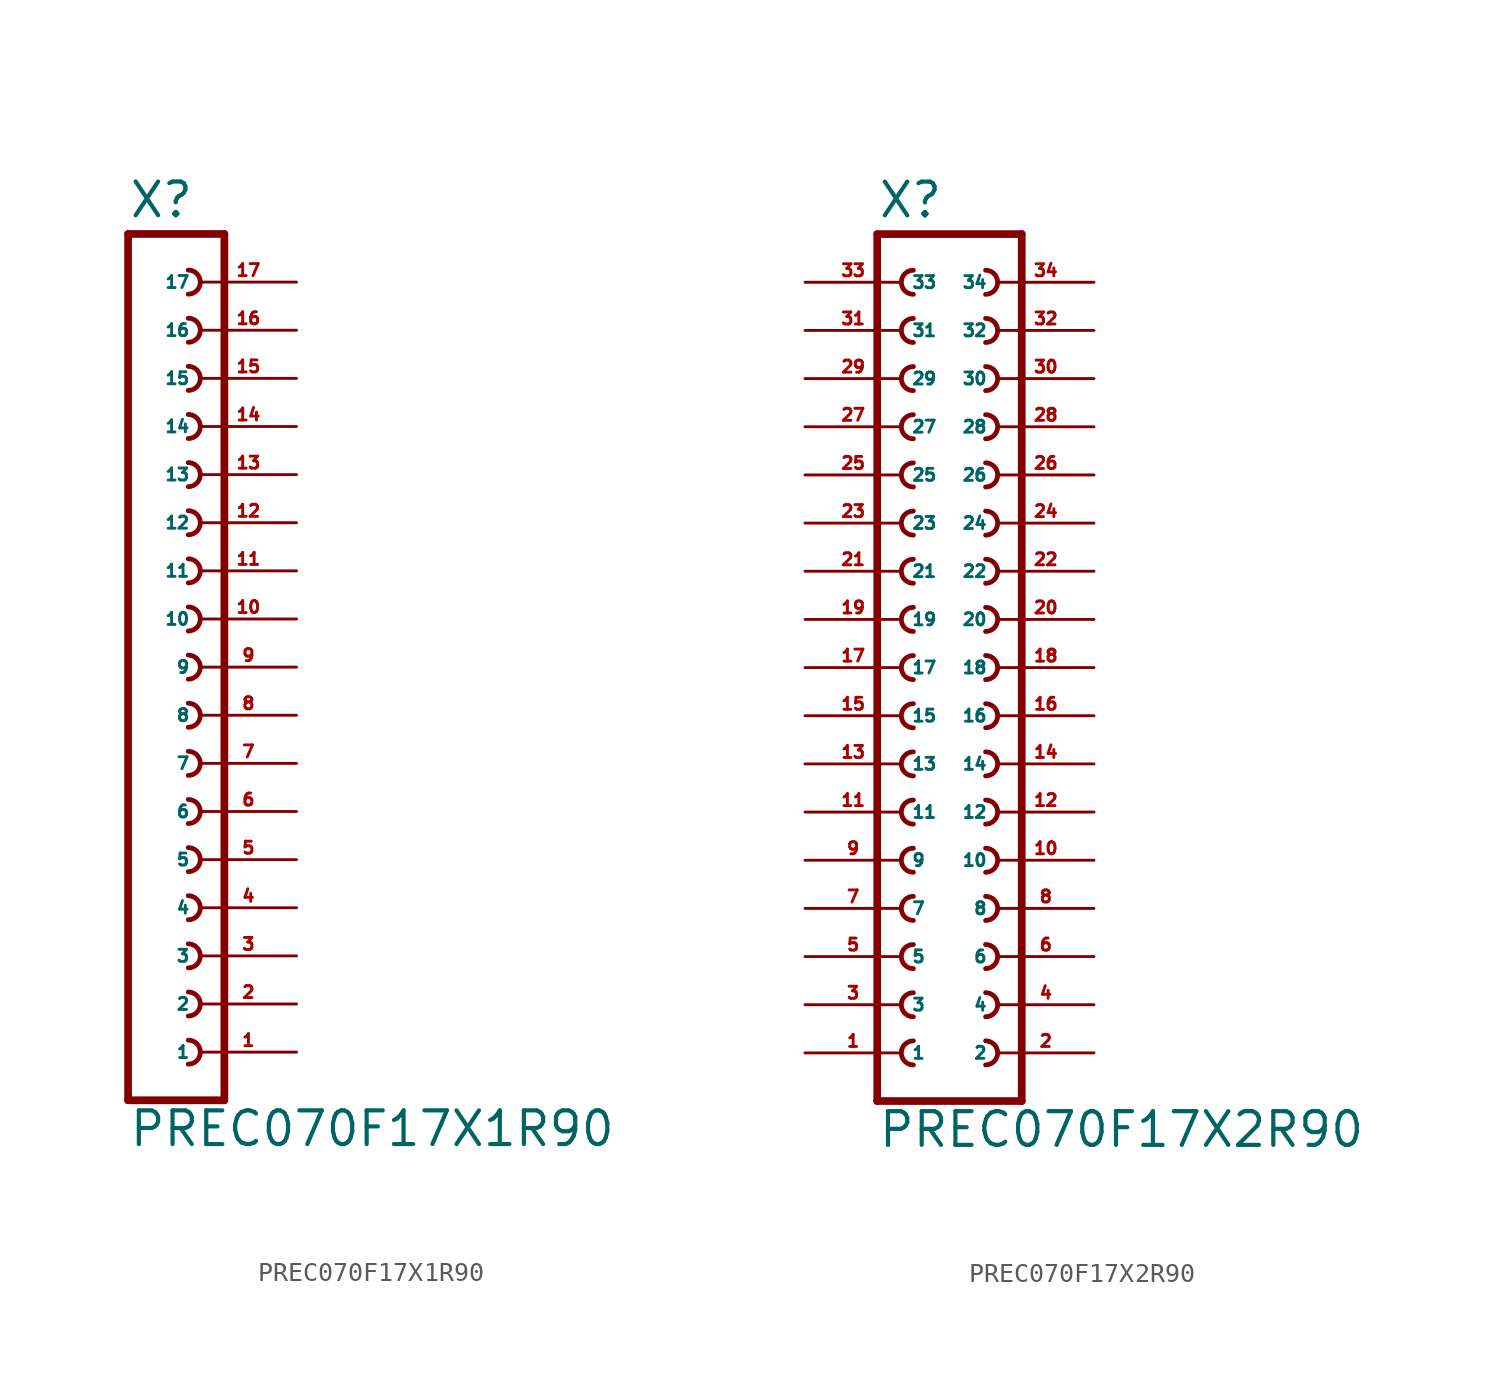
<source format=kicad_sym>
(kicad_symbol_lib
  (version 20220914)
  (generator Eagle2Kicad)
  (symbol "PREC070F17X1R90"
    (property "Reference" "X"
      (at -1.27 23.622 0)
      (effects (font (size 1.778 1.778) (thickness 0.22)) (justify left bottom)))
    (property "Value" "PREC070F17X1R90"
      (at -1.27 -25.4 0)
      (effects (font (size 1.778 1.778) (thickness 0.22)) (justify left bottom)))
    (polyline
      (pts (xy 3.81 -22.86) (xy -1.27 -22.86))
      (stroke (width 0.406) (type default))
      (fill (type none)))
    (arc
      (start 1.905 -13.335)
      (mid 2.540 -12.700)
      (end 1.905 -12.065)
      (stroke (width 0.254) (type default))
      (fill (type none)))
    (arc
      (start 1.905 -15.875)
      (mid 2.540 -15.240)
      (end 1.905 -14.605)
      (stroke (width 0.254) (type default))
      (fill (type none)))
    (arc
      (start 1.905 -18.415)
      (mid 2.540 -17.780)
      (end 1.905 -17.145)
      (stroke (width 0.254) (type default))
      (fill (type none)))
    (arc
      (start 1.905 -8.255)
      (mid 2.540 -7.620)
      (end 1.905 -6.985)
      (stroke (width 0.254) (type default))
      (fill (type none)))
    (arc
      (start 1.905 -10.795)
      (mid 2.540 -10.160)
      (end 1.905 -9.525)
      (stroke (width 0.254) (type default))
      (fill (type none)))
    (arc
      (start 1.905 -0.635)
      (mid 2.540 0.000)
      (end 1.905 0.635)
      (stroke (width 0.254) (type default))
      (fill (type none)))
    (arc
      (start 1.905 -3.175)
      (mid 2.540 -2.540)
      (end 1.905 -1.905)
      (stroke (width 0.254) (type default))
      (fill (type none)))
    (arc
      (start 1.905 -5.715)
      (mid 2.540 -5.080)
      (end 1.905 -4.445)
      (stroke (width 0.254) (type default))
      (fill (type none)))
    (arc
      (start 1.905 4.445)
      (mid 2.540 5.080)
      (end 1.905 5.715)
      (stroke (width 0.254) (type default))
      (fill (type none)))
    (arc
      (start 1.905 1.905)
      (mid 2.540 2.540)
      (end 1.905 3.175)
      (stroke (width 0.254) (type default))
      (fill (type none)))
    (arc
      (start 1.905 12.065)
      (mid 2.540 12.700)
      (end 1.905 13.335)
      (stroke (width 0.254) (type default))
      (fill (type none)))
    (arc
      (start 1.905 9.525)
      (mid 2.540 10.160)
      (end 1.905 10.795)
      (stroke (width 0.254) (type default))
      (fill (type none)))
    (arc
      (start 1.905 6.985)
      (mid 2.540 7.620)
      (end 1.905 8.255)
      (stroke (width 0.254) (type default))
      (fill (type none)))
    (arc
      (start 1.905 17.145)
      (mid 2.540 17.780)
      (end 1.905 18.415)
      (stroke (width 0.254) (type default))
      (fill (type none)))
    (arc
      (start 1.905 14.605)
      (mid 2.540 15.240)
      (end 1.905 15.875)
      (stroke (width 0.254) (type default))
      (fill (type none)))
    (polyline
      (pts (xy -1.27 22.86) (xy -1.27 -22.86))
      (stroke (width 0.406) (type default))
      (fill (type none)))
    (polyline
      (pts (xy 3.81 -22.86) (xy 3.81 22.86))
      (stroke (width 0.406) (type default))
      (fill (type none)))
    (polyline
      (pts (xy -1.27 22.86) (xy 3.81 22.86))
      (stroke (width 0.406) (type default))
      (fill (type none)))
    (arc
      (start 1.905 19.685)
      (mid 2.540 20.320)
      (end 1.905 20.955)
      (stroke (width 0.254) (type default))
      (fill (type none)))
    (arc
      (start 1.905 -20.955)
      (mid 2.540 -20.320)
      (end 1.905 -19.685)
      (stroke (width 0.254) (type default))
      (fill (type none)))
    (pin passive line
      (at 7.62 -20.32 180)
      (length 5.08)
      (name "1" (effects (font (size 0.635 0.635) (thickness 0.08)) (justify left bottom)))
      (number "1" (effects (font (size 0.635 0.635) (thickness 0.08)) (justify left bottom))))
    (pin passive line
      (at 7.62 -17.78 180)
      (length 5.08)
      (name "2" (effects (font (size 0.635 0.635) (thickness 0.08)) (justify left bottom)))
      (number "2" (effects (font (size 0.635 0.635) (thickness 0.08)) (justify left bottom))))
    (pin passive line
      (at 7.62 -15.24 180)
      (length 5.08)
      (name "3" (effects (font (size 0.635 0.635) (thickness 0.08)) (justify left bottom)))
      (number "3" (effects (font (size 0.635 0.635) (thickness 0.08)) (justify left bottom))))
    (pin passive line
      (at 7.62 -12.7 180)
      (length 5.08)
      (name "4" (effects (font (size 0.635 0.635) (thickness 0.08)) (justify left bottom)))
      (number "4" (effects (font (size 0.635 0.635) (thickness 0.08)) (justify left bottom))))
    (pin passive line
      (at 7.62 -10.16 180)
      (length 5.08)
      (name "5" (effects (font (size 0.635 0.635) (thickness 0.08)) (justify left bottom)))
      (number "5" (effects (font (size 0.635 0.635) (thickness 0.08)) (justify left bottom))))
    (pin passive line
      (at 7.62 -7.62 180)
      (length 5.08)
      (name "6" (effects (font (size 0.635 0.635) (thickness 0.08)) (justify left bottom)))
      (number "6" (effects (font (size 0.635 0.635) (thickness 0.08)) (justify left bottom))))
    (pin passive line
      (at 7.62 -5.08 180)
      (length 5.08)
      (name "7" (effects (font (size 0.635 0.635) (thickness 0.08)) (justify left bottom)))
      (number "7" (effects (font (size 0.635 0.635) (thickness 0.08)) (justify left bottom))))
    (pin passive line
      (at 7.62 -2.54 180)
      (length 5.08)
      (name "8" (effects (font (size 0.635 0.635) (thickness 0.08)) (justify left bottom)))
      (number "8" (effects (font (size 0.635 0.635) (thickness 0.08)) (justify left bottom))))
    (pin passive line
      (at 7.62 0 180)
      (length 5.08)
      (name "9" (effects (font (size 0.635 0.635) (thickness 0.08)) (justify left bottom)))
      (number "9" (effects (font (size 0.635 0.635) (thickness 0.08)) (justify left bottom))))
    (pin passive line
      (at 7.62 2.54 180)
      (length 5.08)
      (name "10" (effects (font (size 0.635 0.635) (thickness 0.08)) (justify left bottom)))
      (number "10" (effects (font (size 0.635 0.635) (thickness 0.08)) (justify left bottom))))
    (pin passive line
      (at 7.62 5.08 180)
      (length 5.08)
      (name "11" (effects (font (size 0.635 0.635) (thickness 0.08)) (justify left bottom)))
      (number "11" (effects (font (size 0.635 0.635) (thickness 0.08)) (justify left bottom))))
    (pin passive line
      (at 7.62 7.62 180)
      (length 5.08)
      (name "12" (effects (font (size 0.635 0.635) (thickness 0.08)) (justify left bottom)))
      (number "12" (effects (font (size 0.635 0.635) (thickness 0.08)) (justify left bottom))))
    (pin passive line
      (at 7.62 10.16 180)
      (length 5.08)
      (name "13" (effects (font (size 0.635 0.635) (thickness 0.08)) (justify left bottom)))
      (number "13" (effects (font (size 0.635 0.635) (thickness 0.08)) (justify left bottom))))
    (pin passive line
      (at 7.62 12.7 180)
      (length 5.08)
      (name "14" (effects (font (size 0.635 0.635) (thickness 0.08)) (justify left bottom)))
      (number "14" (effects (font (size 0.635 0.635) (thickness 0.08)) (justify left bottom))))
    (pin passive line
      (at 7.62 15.24 180)
      (length 5.08)
      (name "15" (effects (font (size 0.635 0.635) (thickness 0.08)) (justify left bottom)))
      (number "15" (effects (font (size 0.635 0.635) (thickness 0.08)) (justify left bottom))))
    (pin passive line
      (at 7.62 17.78 180)
      (length 5.08)
      (name "16" (effects (font (size 0.635 0.635) (thickness 0.08)) (justify left bottom)))
      (number "16" (effects (font (size 0.635 0.635) (thickness 0.08)) (justify left bottom))))
    (pin passive line
      (at 7.62 20.32 180)
      (length 5.08)
      (name "17" (effects (font (size 0.635 0.635) (thickness 0.08)) (justify left bottom)))
      (number "17" (effects (font (size 0.635 0.635) (thickness 0.08)) (justify left bottom)))))
  (symbol "PREC070F17X2R90"
    (property "Reference" "X"
      (at -3.81 23.622 0)
      (effects (font (size 1.778 1.778) (thickness 0.22)) (justify left bottom)))
    (property "Value" "PREC070F17X2R90"
      (at -3.81 -25.4 0)
      (effects (font (size 1.778 1.778) (thickness 0.22)) (justify left bottom)))
    (polyline
      (pts (xy 3.81 -22.86) (xy -3.81 -22.86))
      (stroke (width 0.406) (type default))
      (fill (type none)))
    (arc
      (start -1.905 -14.605)
      (mid -2.540 -15.240)
      (end -1.905 -15.875)
      (stroke (width 0.254) (type default))
      (fill (type none)))
    (arc
      (start -1.905 -17.145)
      (mid -2.540 -17.780)
      (end -1.905 -18.415)
      (stroke (width 0.254) (type default))
      (fill (type none)))
    (arc
      (start -1.905 -19.685)
      (mid -2.540 -20.320)
      (end -1.905 -20.955)
      (stroke (width 0.254) (type default))
      (fill (type none)))
    (arc
      (start 1.905 -15.875)
      (mid 2.540 -15.240)
      (end 1.905 -14.605)
      (stroke (width 0.254) (type default))
      (fill (type none)))
    (arc
      (start 1.905 -18.415)
      (mid 2.540 -17.780)
      (end 1.905 -17.145)
      (stroke (width 0.254) (type default))
      (fill (type none)))
    (arc
      (start 1.905 -20.955)
      (mid 2.540 -20.320)
      (end 1.905 -19.685)
      (stroke (width 0.254) (type default))
      (fill (type none)))
    (arc
      (start -1.905 -9.525)
      (mid -2.540 -10.160)
      (end -1.905 -10.795)
      (stroke (width 0.254) (type default))
      (fill (type none)))
    (arc
      (start -1.905 -12.065)
      (mid -2.540 -12.700)
      (end -1.905 -13.335)
      (stroke (width 0.254) (type default))
      (fill (type none)))
    (arc
      (start 1.905 -10.795)
      (mid 2.540 -10.160)
      (end 1.905 -9.525)
      (stroke (width 0.254) (type default))
      (fill (type none)))
    (arc
      (start 1.905 -13.335)
      (mid 2.540 -12.700)
      (end 1.905 -12.065)
      (stroke (width 0.254) (type default))
      (fill (type none)))
    (arc
      (start -1.905 -1.905)
      (mid -2.540 -2.540)
      (end -1.905 -3.175)
      (stroke (width 0.254) (type default))
      (fill (type none)))
    (arc
      (start -1.905 -4.445)
      (mid -2.540 -5.080)
      (end -1.905 -5.715)
      (stroke (width 0.254) (type default))
      (fill (type none)))
    (arc
      (start -1.905 -6.985)
      (mid -2.540 -7.620)
      (end -1.905 -8.255)
      (stroke (width 0.254) (type default))
      (fill (type none)))
    (arc
      (start 1.905 -3.175)
      (mid 2.540 -2.540)
      (end 1.905 -1.905)
      (stroke (width 0.254) (type default))
      (fill (type none)))
    (arc
      (start 1.905 -5.715)
      (mid 2.540 -5.080)
      (end 1.905 -4.445)
      (stroke (width 0.254) (type default))
      (fill (type none)))
    (arc
      (start 1.905 -8.255)
      (mid 2.540 -7.620)
      (end 1.905 -6.985)
      (stroke (width 0.254) (type default))
      (fill (type none)))
    (arc
      (start -1.905 3.175)
      (mid -2.540 2.540)
      (end -1.905 1.905)
      (stroke (width 0.254) (type default))
      (fill (type none)))
    (arc
      (start -1.905 0.635)
      (mid -2.540 0.000)
      (end -1.905 -0.635)
      (stroke (width 0.254) (type default))
      (fill (type none)))
    (arc
      (start 1.905 1.905)
      (mid 2.540 2.540)
      (end 1.905 3.175)
      (stroke (width 0.254) (type default))
      (fill (type none)))
    (arc
      (start 1.905 -0.635)
      (mid 2.540 0.000)
      (end 1.905 0.635)
      (stroke (width 0.254) (type default))
      (fill (type none)))
    (arc
      (start -1.905 10.795)
      (mid -2.540 10.160)
      (end -1.905 9.525)
      (stroke (width 0.254) (type default))
      (fill (type none)))
    (arc
      (start -1.905 8.255)
      (mid -2.540 7.620)
      (end -1.905 6.985)
      (stroke (width 0.254) (type default))
      (fill (type none)))
    (arc
      (start -1.905 5.715)
      (mid -2.540 5.080)
      (end -1.905 4.445)
      (stroke (width 0.254) (type default))
      (fill (type none)))
    (arc
      (start 1.905 9.525)
      (mid 2.540 10.160)
      (end 1.905 10.795)
      (stroke (width 0.254) (type default))
      (fill (type none)))
    (arc
      (start 1.905 6.985)
      (mid 2.540 7.620)
      (end 1.905 8.255)
      (stroke (width 0.254) (type default))
      (fill (type none)))
    (arc
      (start 1.905 4.445)
      (mid 2.540 5.080)
      (end 1.905 5.715)
      (stroke (width 0.254) (type default))
      (fill (type none)))
    (arc
      (start -1.905 15.875)
      (mid -2.540 15.240)
      (end -1.905 14.605)
      (stroke (width 0.254) (type default))
      (fill (type none)))
    (arc
      (start -1.905 13.335)
      (mid -2.540 12.700)
      (end -1.905 12.065)
      (stroke (width 0.254) (type default))
      (fill (type none)))
    (arc
      (start 1.905 14.605)
      (mid 2.540 15.240)
      (end 1.905 15.875)
      (stroke (width 0.254) (type default))
      (fill (type none)))
    (arc
      (start 1.905 12.065)
      (mid 2.540 12.700)
      (end 1.905 13.335)
      (stroke (width 0.254) (type default))
      (fill (type none)))
    (arc
      (start -1.905 20.955)
      (mid -2.540 20.320)
      (end -1.905 19.685)
      (stroke (width 0.254) (type default))
      (fill (type none)))
    (arc
      (start -1.905 18.415)
      (mid -2.540 17.780)
      (end -1.905 17.145)
      (stroke (width 0.254) (type default))
      (fill (type none)))
    (arc
      (start 1.905 19.685)
      (mid 2.540 20.320)
      (end 1.905 20.955)
      (stroke (width 0.254) (type default))
      (fill (type none)))
    (arc
      (start 1.905 17.145)
      (mid 2.540 17.780)
      (end 1.905 18.415)
      (stroke (width 0.254) (type default))
      (fill (type none)))
    (polyline
      (pts (xy -3.81 22.86) (xy -3.81 -22.86))
      (stroke (width 0.406) (type default))
      (fill (type none)))
    (polyline
      (pts (xy 3.81 -22.86) (xy 3.81 22.86))
      (stroke (width 0.406) (type default))
      (fill (type none)))
    (polyline
      (pts (xy -3.81 22.86) (xy 3.81 22.86))
      (stroke (width 0.406) (type default))
      (fill (type none)))
    (pin passive line
      (at -7.62 -20.32 0)
      (length 5.08)
      (name "1" (effects (font (size 0.635 0.635) (thickness 0.08)) (justify left bottom)))
      (number "1" (effects (font (size 0.635 0.635) (thickness 0.08)) (justify left bottom))))
    (pin passive line
      (at -7.62 -17.78 0)
      (length 5.08)
      (name "3" (effects (font (size 0.635 0.635) (thickness 0.08)) (justify left bottom)))
      (number "3" (effects (font (size 0.635 0.635) (thickness 0.08)) (justify left bottom))))
    (pin passive line
      (at -7.62 -15.24 0)
      (length 5.08)
      (name "5" (effects (font (size 0.635 0.635) (thickness 0.08)) (justify left bottom)))
      (number "5" (effects (font (size 0.635 0.635) (thickness 0.08)) (justify left bottom))))
    (pin passive line
      (at 7.62 -20.32 180)
      (length 5.08)
      (name "2" (effects (font (size 0.635 0.635) (thickness 0.08)) (justify left bottom)))
      (number "2" (effects (font (size 0.635 0.635) (thickness 0.08)) (justify left bottom))))
    (pin passive line
      (at 7.62 -17.78 180)
      (length 5.08)
      (name "4" (effects (font (size 0.635 0.635) (thickness 0.08)) (justify left bottom)))
      (number "4" (effects (font (size 0.635 0.635) (thickness 0.08)) (justify left bottom))))
    (pin passive line
      (at 7.62 -15.24 180)
      (length 5.08)
      (name "6" (effects (font (size 0.635 0.635) (thickness 0.08)) (justify left bottom)))
      (number "6" (effects (font (size 0.635 0.635) (thickness 0.08)) (justify left bottom))))
    (pin passive line
      (at -7.62 -12.7 0)
      (length 5.08)
      (name "7" (effects (font (size 0.635 0.635) (thickness 0.08)) (justify left bottom)))
      (number "7" (effects (font (size 0.635 0.635) (thickness 0.08)) (justify left bottom))))
    (pin passive line
      (at -7.62 -10.16 0)
      (length 5.08)
      (name "9" (effects (font (size 0.635 0.635) (thickness 0.08)) (justify left bottom)))
      (number "9" (effects (font (size 0.635 0.635) (thickness 0.08)) (justify left bottom))))
    (pin passive line
      (at 7.62 -12.7 180)
      (length 5.08)
      (name "8" (effects (font (size 0.635 0.635) (thickness 0.08)) (justify left bottom)))
      (number "8" (effects (font (size 0.635 0.635) (thickness 0.08)) (justify left bottom))))
    (pin passive line
      (at 7.62 -10.16 180)
      (length 5.08)
      (name "10" (effects (font (size 0.635 0.635) (thickness 0.08)) (justify left bottom)))
      (number "10" (effects (font (size 0.635 0.635) (thickness 0.08)) (justify left bottom))))
    (pin passive line
      (at -7.62 -7.62 0)
      (length 5.08)
      (name "11" (effects (font (size 0.635 0.635) (thickness 0.08)) (justify left bottom)))
      (number "11" (effects (font (size 0.635 0.635) (thickness 0.08)) (justify left bottom))))
    (pin passive line
      (at -7.62 -5.08 0)
      (length 5.08)
      (name "13" (effects (font (size 0.635 0.635) (thickness 0.08)) (justify left bottom)))
      (number "13" (effects (font (size 0.635 0.635) (thickness 0.08)) (justify left bottom))))
    (pin passive line
      (at -7.62 -2.54 0)
      (length 5.08)
      (name "15" (effects (font (size 0.635 0.635) (thickness 0.08)) (justify left bottom)))
      (number "15" (effects (font (size 0.635 0.635) (thickness 0.08)) (justify left bottom))))
    (pin passive line
      (at 7.62 -7.62 180)
      (length 5.08)
      (name "12" (effects (font (size 0.635 0.635) (thickness 0.08)) (justify left bottom)))
      (number "12" (effects (font (size 0.635 0.635) (thickness 0.08)) (justify left bottom))))
    (pin passive line
      (at 7.62 -5.08 180)
      (length 5.08)
      (name "14" (effects (font (size 0.635 0.635) (thickness 0.08)) (justify left bottom)))
      (number "14" (effects (font (size 0.635 0.635) (thickness 0.08)) (justify left bottom))))
    (pin passive line
      (at 7.62 -2.54 180)
      (length 5.08)
      (name "16" (effects (font (size 0.635 0.635) (thickness 0.08)) (justify left bottom)))
      (number "16" (effects (font (size 0.635 0.635) (thickness 0.08)) (justify left bottom))))
    (pin passive line
      (at -7.62 0 0)
      (length 5.08)
      (name "17" (effects (font (size 0.635 0.635) (thickness 0.08)) (justify left bottom)))
      (number "17" (effects (font (size 0.635 0.635) (thickness 0.08)) (justify left bottom))))
    (pin passive line
      (at -7.62 2.54 0)
      (length 5.08)
      (name "19" (effects (font (size 0.635 0.635) (thickness 0.08)) (justify left bottom)))
      (number "19" (effects (font (size 0.635 0.635) (thickness 0.08)) (justify left bottom))))
    (pin passive line
      (at 7.62 0 180)
      (length 5.08)
      (name "18" (effects (font (size 0.635 0.635) (thickness 0.08)) (justify left bottom)))
      (number "18" (effects (font (size 0.635 0.635) (thickness 0.08)) (justify left bottom))))
    (pin passive line
      (at 7.62 2.54 180)
      (length 5.08)
      (name "20" (effects (font (size 0.635 0.635) (thickness 0.08)) (justify left bottom)))
      (number "20" (effects (font (size 0.635 0.635) (thickness 0.08)) (justify left bottom))))
    (pin passive line
      (at -7.62 5.08 0)
      (length 5.08)
      (name "21" (effects (font (size 0.635 0.635) (thickness 0.08)) (justify left bottom)))
      (number "21" (effects (font (size 0.635 0.635) (thickness 0.08)) (justify left bottom))))
    (pin passive line
      (at -7.62 7.62 0)
      (length 5.08)
      (name "23" (effects (font (size 0.635 0.635) (thickness 0.08)) (justify left bottom)))
      (number "23" (effects (font (size 0.635 0.635) (thickness 0.08)) (justify left bottom))))
    (pin passive line
      (at -7.62 10.16 0)
      (length 5.08)
      (name "25" (effects (font (size 0.635 0.635) (thickness 0.08)) (justify left bottom)))
      (number "25" (effects (font (size 0.635 0.635) (thickness 0.08)) (justify left bottom))))
    (pin passive line
      (at 7.62 5.08 180)
      (length 5.08)
      (name "22" (effects (font (size 0.635 0.635) (thickness 0.08)) (justify left bottom)))
      (number "22" (effects (font (size 0.635 0.635) (thickness 0.08)) (justify left bottom))))
    (pin passive line
      (at 7.62 7.62 180)
      (length 5.08)
      (name "24" (effects (font (size 0.635 0.635) (thickness 0.08)) (justify left bottom)))
      (number "24" (effects (font (size 0.635 0.635) (thickness 0.08)) (justify left bottom))))
    (pin passive line
      (at 7.62 10.16 180)
      (length 5.08)
      (name "26" (effects (font (size 0.635 0.635) (thickness 0.08)) (justify left bottom)))
      (number "26" (effects (font (size 0.635 0.635) (thickness 0.08)) (justify left bottom))))
    (pin passive line
      (at -7.62 12.7 0)
      (length 5.08)
      (name "27" (effects (font (size 0.635 0.635) (thickness 0.08)) (justify left bottom)))
      (number "27" (effects (font (size 0.635 0.635) (thickness 0.08)) (justify left bottom))))
    (pin passive line
      (at -7.62 15.24 0)
      (length 5.08)
      (name "29" (effects (font (size 0.635 0.635) (thickness 0.08)) (justify left bottom)))
      (number "29" (effects (font (size 0.635 0.635) (thickness 0.08)) (justify left bottom))))
    (pin passive line
      (at 7.62 12.7 180)
      (length 5.08)
      (name "28" (effects (font (size 0.635 0.635) (thickness 0.08)) (justify left bottom)))
      (number "28" (effects (font (size 0.635 0.635) (thickness 0.08)) (justify left bottom))))
    (pin passive line
      (at 7.62 15.24 180)
      (length 5.08)
      (name "30" (effects (font (size 0.635 0.635) (thickness 0.08)) (justify left bottom)))
      (number "30" (effects (font (size 0.635 0.635) (thickness 0.08)) (justify left bottom))))
    (pin passive line
      (at -7.62 17.78 0)
      (length 5.08)
      (name "31" (effects (font (size 0.635 0.635) (thickness 0.08)) (justify left bottom)))
      (number "31" (effects (font (size 0.635 0.635) (thickness 0.08)) (justify left bottom))))
    (pin passive line
      (at -7.62 20.32 0)
      (length 5.08)
      (name "33" (effects (font (size 0.635 0.635) (thickness 0.08)) (justify left bottom)))
      (number "33" (effects (font (size 0.635 0.635) (thickness 0.08)) (justify left bottom))))
    (pin passive line
      (at 7.62 17.78 180)
      (length 5.08)
      (name "32" (effects (font (size 0.635 0.635) (thickness 0.08)) (justify left bottom)))
      (number "32" (effects (font (size 0.635 0.635) (thickness 0.08)) (justify left bottom))))
    (pin passive line
      (at 7.62 20.32 180)
      (length 5.08)
      (name "34" (effects (font (size 0.635 0.635) (thickness 0.08)) (justify left bottom)))
      (number "34" (effects (font (size 0.635 0.635) (thickness 0.08)) (justify left bottom))))))
</source>
